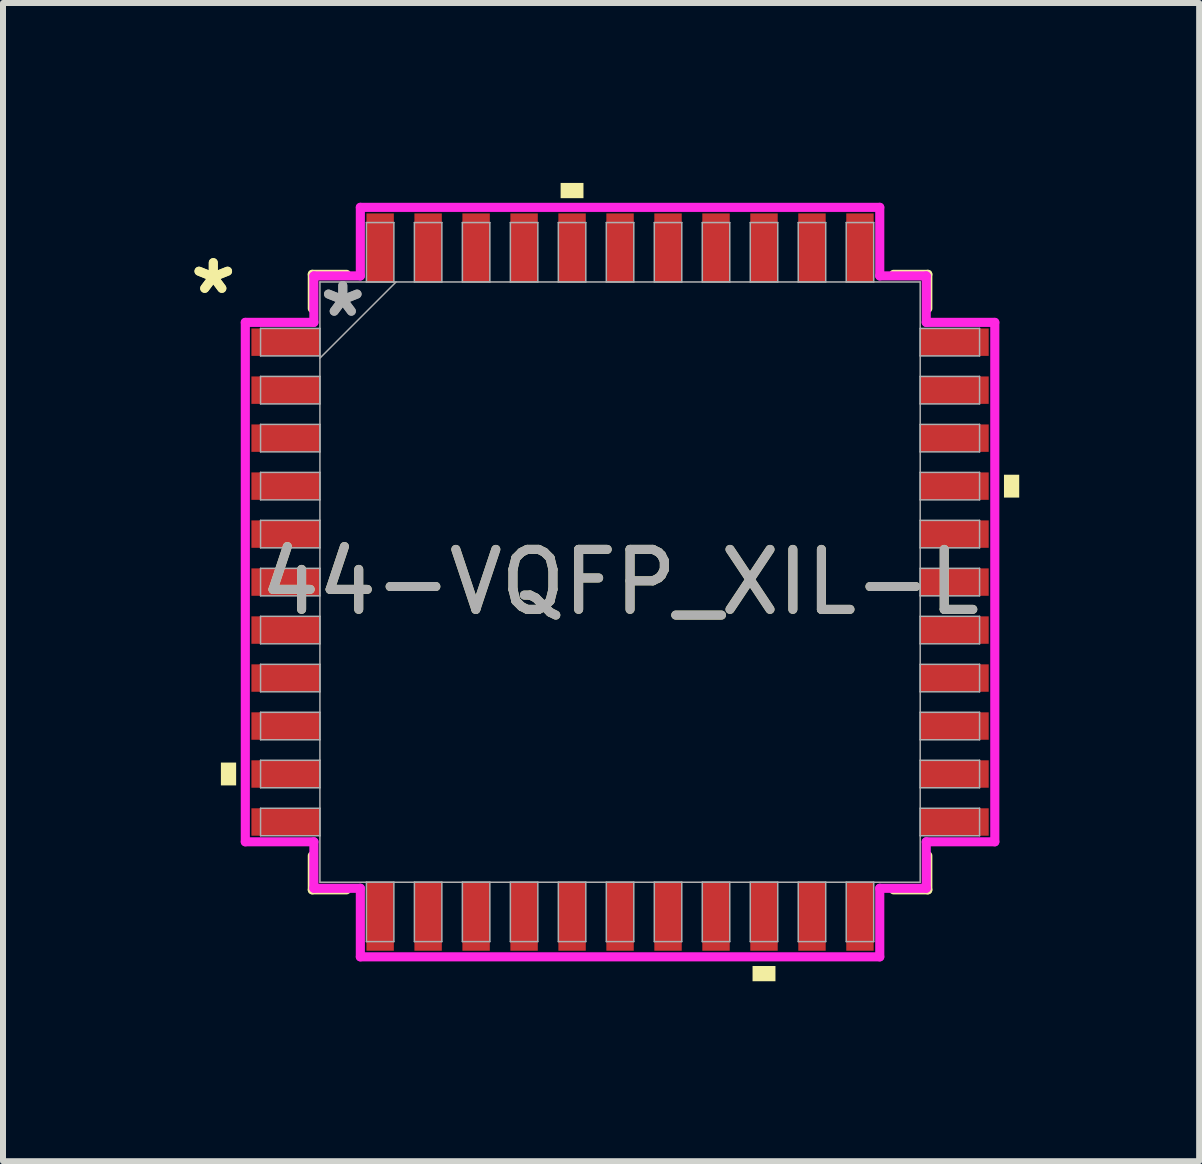
<source format=kicad_pcb>
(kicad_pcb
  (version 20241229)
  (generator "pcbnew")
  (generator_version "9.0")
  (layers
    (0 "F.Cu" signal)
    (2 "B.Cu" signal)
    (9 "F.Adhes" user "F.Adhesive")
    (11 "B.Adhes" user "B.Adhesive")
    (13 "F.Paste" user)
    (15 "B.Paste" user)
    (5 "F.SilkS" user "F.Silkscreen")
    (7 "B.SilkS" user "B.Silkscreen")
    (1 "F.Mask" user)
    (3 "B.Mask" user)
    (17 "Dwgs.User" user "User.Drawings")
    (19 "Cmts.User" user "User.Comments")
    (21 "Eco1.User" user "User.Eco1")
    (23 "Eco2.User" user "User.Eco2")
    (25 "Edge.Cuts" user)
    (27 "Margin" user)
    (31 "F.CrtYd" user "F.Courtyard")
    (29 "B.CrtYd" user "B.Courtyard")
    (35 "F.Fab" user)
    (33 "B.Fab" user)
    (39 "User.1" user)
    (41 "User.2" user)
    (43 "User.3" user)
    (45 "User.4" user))
  (footprint "44-VQFP_XIL-L"
    (layer "F.Cu")
    (at 7.288 6.655)
    (property "Reference" "44-VQFP_XIL-L" (at 0 0 0) (unlocked yes) (layer "F.SilkS") (effects (font (size 1 1) (thickness 0.15))))
    (attr smd)
    (fp_line (start -5.131 -5.131) (end -5.131 -4.561) (stroke (width 0.152) (type solid)) (layer "F.SilkS"))
    (fp_line (start -5.131 4.561) (end -5.131 5.131) (stroke (width 0.152) (type solid)) (layer "F.SilkS"))
    (fp_line (start -5.131 5.131) (end -4.561 5.131) (stroke (width 0.152) (type solid)) (layer "F.SilkS"))
    (fp_line (start -4.561 -5.131) (end -5.131 -5.131) (stroke (width 0.152) (type solid)) (layer "F.SilkS"))
    (fp_line (start 4.561 5.131) (end 5.131 5.131) (stroke (width 0.152) (type solid)) (layer "F.SilkS"))
    (fp_line (start 5.131 -5.131) (end 4.561 -5.131) (stroke (width 0.152) (type solid)) (layer "F.SilkS"))
    (fp_line (start 5.131 -4.561) (end 5.131 -5.131) (stroke (width 0.152) (type solid)) (layer "F.SilkS"))
    (fp_line (start 5.131 5.131) (end 5.131 4.561) (stroke (width 0.152) (type solid)) (layer "F.SilkS"))
    (fp_poly (pts (xy -6.655 3.009) (xy -6.655 3.39) (xy -6.401 3.39) (xy -6.401 3.009)) (stroke (width 0) (type solid)) (fill yes) (layer "F.SilkS"))
    (fp_poly (pts (xy -0.991 -6.401) (xy -0.991 -6.655) (xy -0.61 -6.655) (xy -0.61 -6.401)) (stroke (width 0) (type solid)) (fill yes) (layer "F.SilkS"))
    (fp_poly (pts (xy 2.209 6.401) (xy 2.209 6.655) (xy 2.591 6.655) (xy 2.591 6.401)) (stroke (width 0) (type solid)) (fill yes) (layer "F.SilkS"))
    (fp_poly (pts (xy 6.655 -1.79) (xy 6.655 -1.409) (xy 6.401 -1.409) (xy 6.401 -1.79)) (stroke (width 0) (type solid)) (fill yes) (layer "F.SilkS"))
    (fp_line (start -6.248 -4.33) (end -5.105 -4.33) (stroke (width 0.152) (type solid)) (layer "F.CrtYd"))
    (fp_line (start -6.248 4.33) (end -6.248 -4.33) (stroke (width 0.152) (type solid)) (layer "F.CrtYd"))
    (fp_line (start -5.105 -5.105) (end -4.33 -5.105) (stroke (width 0.152) (type solid)) (layer "F.CrtYd"))
    (fp_line (start -5.105 -4.33) (end -5.105 -5.105) (stroke (width 0.152) (type solid)) (layer "F.CrtYd"))
    (fp_line (start -5.105 4.33) (end -6.248 4.33) (stroke (width 0.152) (type solid)) (layer "F.CrtYd"))
    (fp_line (start -5.105 5.105) (end -5.105 4.33) (stroke (width 0.152) (type solid)) (layer "F.CrtYd"))
    (fp_line (start -5.105 5.105) (end -4.33 5.105) (stroke (width 0.152) (type solid)) (layer "F.CrtYd"))
    (fp_line (start -4.33 -6.248) (end 4.33 -6.248) (stroke (width 0.152) (type solid)) (layer "F.CrtYd"))
    (fp_line (start -4.33 -5.105) (end -4.33 -6.248) (stroke (width 0.152) (type solid)) (layer "F.CrtYd"))
    (fp_line (start -4.33 5.105) (end -4.33 6.248) (stroke (width 0.152) (type solid)) (layer "F.CrtYd"))
    (fp_line (start -4.33 6.248) (end 4.33 6.248) (stroke (width 0.152) (type solid)) (layer "F.CrtYd"))
    (fp_line (start 4.33 -6.248) (end 4.33 -5.105) (stroke (width 0.152) (type solid)) (layer "F.CrtYd"))
    (fp_line (start 4.33 -5.105) (end 5.105 -5.105) (stroke (width 0.152) (type solid)) (layer "F.CrtYd"))
    (fp_line (start 4.33 5.105) (end 5.105 5.105) (stroke (width 0.152) (type solid)) (layer "F.CrtYd"))
    (fp_line (start 4.33 6.248) (end 4.33 5.105) (stroke (width 0.152) (type solid)) (layer "F.CrtYd"))
    (fp_line (start 5.105 -4.33) (end 5.105 -5.105) (stroke (width 0.152) (type solid)) (layer "F.CrtYd"))
    (fp_line (start 5.105 4.33) (end 6.248 4.33) (stroke (width 0.152) (type solid)) (layer "F.CrtYd"))
    (fp_line (start 5.105 5.105) (end 5.105 4.33) (stroke (width 0.152) (type solid)) (layer "F.CrtYd"))
    (fp_line (start 6.248 -4.33) (end 5.105 -4.33) (stroke (width 0.152) (type solid)) (layer "F.CrtYd"))
    (fp_line (start 6.248 4.33) (end 6.248 -4.33) (stroke (width 0.152) (type solid)) (layer "F.CrtYd"))
    (fp_line (start -5.994 -4.229) (end -5.994 -3.771) (stroke (width 0.025) (type solid)) (layer "F.Fab"))
    (fp_line (start -5.994 -3.771) (end -5.004 -3.771) (stroke (width 0.025) (type solid)) (layer "F.Fab"))
    (fp_line (start -5.994 -3.429) (end -5.994 -2.971) (stroke (width 0.025) (type solid)) (layer "F.Fab"))
    (fp_line (start -5.994 -2.971) (end -5.004 -2.971) (stroke (width 0.025) (type solid)) (layer "F.Fab"))
    (fp_line (start -5.994 -2.629) (end -5.994 -2.171) (stroke (width 0.025) (type solid)) (layer "F.Fab"))
    (fp_line (start -5.994 -2.171) (end -5.004 -2.171) (stroke (width 0.025) (type solid)) (layer "F.Fab"))
    (fp_line (start -5.994 -1.829) (end -5.994 -1.371) (stroke (width 0.025) (type solid)) (layer "F.Fab"))
    (fp_line (start -5.994 -1.371) (end -5.004 -1.371) (stroke (width 0.025) (type solid)) (layer "F.Fab"))
    (fp_line (start -5.994 -1.029) (end -5.994 -0.571) (stroke (width 0.025) (type solid)) (layer "F.Fab"))
    (fp_line (start -5.994 -0.571) (end -5.004 -0.571) (stroke (width 0.025) (type solid)) (layer "F.Fab"))
    (fp_line (start -5.994 -0.229) (end -5.994 0.229) (stroke (width 0.025) (type solid)) (layer "F.Fab"))
    (fp_line (start -5.994 0.229) (end -5.004 0.229) (stroke (width 0.025) (type solid)) (layer "F.Fab"))
    (fp_line (start -5.994 0.571) (end -5.994 1.029) (stroke (width 0.025) (type solid)) (layer "F.Fab"))
    (fp_line (start -5.994 1.029) (end -5.004 1.029) (stroke (width 0.025) (type solid)) (layer "F.Fab"))
    (fp_line (start -5.994 1.371) (end -5.994 1.829) (stroke (width 0.025) (type solid)) (layer "F.Fab"))
    (fp_line (start -5.994 1.829) (end -5.004 1.829) (stroke (width 0.025) (type solid)) (layer "F.Fab"))
    (fp_line (start -5.994 2.171) (end -5.994 2.629) (stroke (width 0.025) (type solid)) (layer "F.Fab"))
    (fp_line (start -5.994 2.629) (end -5.004 2.629) (stroke (width 0.025) (type solid)) (layer "F.Fab"))
    (fp_line (start -5.994 2.971) (end -5.994 3.429) (stroke (width 0.025) (type solid)) (layer "F.Fab"))
    (fp_line (start -5.994 3.429) (end -5.004 3.429) (stroke (width 0.025) (type solid)) (layer "F.Fab"))
    (fp_line (start -5.994 3.771) (end -5.994 4.229) (stroke (width 0.025) (type solid)) (layer "F.Fab"))
    (fp_line (start -5.994 4.229) (end -5.004 4.229) (stroke (width 0.025) (type solid)) (layer "F.Fab"))
    (fp_line (start -5.004 -5.004) (end -5.004 5.004) (stroke (width 0.025) (type solid)) (layer "F.Fab"))
    (fp_line (start -5.004 -4.229) (end -5.994 -4.229) (stroke (width 0.025) (type solid)) (layer "F.Fab"))
    (fp_line (start -5.004 -3.771) (end -5.004 -4.229) (stroke (width 0.025) (type solid)) (layer "F.Fab"))
    (fp_line (start -5.004 -3.734) (end -3.734 -5.004) (stroke (width 0.025) (type solid)) (layer "F.Fab"))
    (fp_line (start -5.004 -3.429) (end -5.994 -3.429) (stroke (width 0.025) (type solid)) (layer "F.Fab"))
    (fp_line (start -5.004 -2.971) (end -5.004 -3.429) (stroke (width 0.025) (type solid)) (layer "F.Fab"))
    (fp_line (start -5.004 -2.629) (end -5.994 -2.629) (stroke (width 0.025) (type solid)) (layer "F.Fab"))
    (fp_line (start -5.004 -2.171) (end -5.004 -2.629) (stroke (width 0.025) (type solid)) (layer "F.Fab"))
    (fp_line (start -5.004 -1.829) (end -5.994 -1.829) (stroke (width 0.025) (type solid)) (layer "F.Fab"))
    (fp_line (start -5.004 -1.371) (end -5.004 -1.829) (stroke (width 0.025) (type solid)) (layer "F.Fab"))
    (fp_line (start -5.004 -1.029) (end -5.994 -1.029) (stroke (width 0.025) (type solid)) (layer "F.Fab"))
    (fp_line (start -5.004 -0.571) (end -5.004 -1.029) (stroke (width 0.025) (type solid)) (layer "F.Fab"))
    (fp_line (start -5.004 -0.229) (end -5.994 -0.229) (stroke (width 0.025) (type solid)) (layer "F.Fab"))
    (fp_line (start -5.004 0.229) (end -5.004 -0.229) (stroke (width 0.025) (type solid)) (layer "F.Fab"))
    (fp_line (start -5.004 0.571) (end -5.994 0.571) (stroke (width 0.025) (type solid)) (layer "F.Fab"))
    (fp_line (start -5.004 1.029) (end -5.004 0.571) (stroke (width 0.025) (type solid)) (layer "F.Fab"))
    (fp_line (start -5.004 1.371) (end -5.994 1.371) (stroke (width 0.025) (type solid)) (layer "F.Fab"))
    (fp_line (start -5.004 1.829) (end -5.004 1.371) (stroke (width 0.025) (type solid)) (layer "F.Fab"))
    (fp_line (start -5.004 2.171) (end -5.994 2.171) (stroke (width 0.025) (type solid)) (layer "F.Fab"))
    (fp_line (start -5.004 2.629) (end -5.004 2.171) (stroke (width 0.025) (type solid)) (layer "F.Fab"))
    (fp_line (start -5.004 2.971) (end -5.994 2.971) (stroke (width 0.025) (type solid)) (layer "F.Fab"))
    (fp_line (start -5.004 3.429) (end -5.004 2.971) (stroke (width 0.025) (type solid)) (layer "F.Fab"))
    (fp_line (start -5.004 3.771) (end -5.994 3.771) (stroke (width 0.025) (type solid)) (layer "F.Fab"))
    (fp_line (start -5.004 4.229) (end -5.004 3.771) (stroke (width 0.025) (type solid)) (layer "F.Fab"))
    (fp_line (start -5.004 5.004) (end 5.004 5.004) (stroke (width 0.025) (type solid)) (layer "F.Fab"))
    (fp_line (start -4.229 5.004) (end -4.229 5.994) (stroke (width 0.025) (type solid)) (layer "F.Fab"))
    (fp_line (start -4.229 5.994) (end -3.771 5.994) (stroke (width 0.025) (type solid)) (layer "F.Fab"))
    (fp_line (start -4.229 -5.994) (end -4.229 -5.004) (stroke (width 0.025) (type solid)) (layer "F.Fab"))
    (fp_line (start -4.229 -5.004) (end -3.771 -5.004) (stroke (width 0.025) (type solid)) (layer "F.Fab"))
    (fp_line (start -3.771 5.004) (end -4.229 5.004) (stroke (width 0.025) (type solid)) (layer "F.Fab"))
    (fp_line (start -3.771 5.994) (end -3.771 5.004) (stroke (width 0.025) (type solid)) (layer "F.Fab"))
    (fp_line (start -3.771 -5.994) (end -4.229 -5.994) (stroke (width 0.025) (type solid)) (layer "F.Fab"))
    (fp_line (start -3.771 -5.004) (end -3.771 -5.994) (stroke (width 0.025) (type solid)) (layer "F.Fab"))
    (fp_line (start -3.429 -5.994) (end -3.429 -5.004) (stroke (width 0.025) (type solid)) (layer "F.Fab"))
    (fp_line (start -3.429 -5.004) (end -2.971 -5.004) (stroke (width 0.025) (type solid)) (layer "F.Fab"))
    (fp_line (start -3.429 5.004) (end -3.429 5.994) (stroke (width 0.025) (type solid)) (layer "F.Fab"))
    (fp_line (start -3.429 5.994) (end -2.971 5.994) (stroke (width 0.025) (type solid)) (layer "F.Fab"))
    (fp_line (start -2.971 -5.994) (end -3.429 -5.994) (stroke (width 0.025) (type solid)) (layer "F.Fab"))
    (fp_line (start -2.971 -5.004) (end -2.971 -5.994) (stroke (width 0.025) (type solid)) (layer "F.Fab"))
    (fp_line (start -2.971 5.004) (end -3.429 5.004) (stroke (width 0.025) (type solid)) (layer "F.Fab"))
    (fp_line (start -2.971 5.994) (end -2.971 5.004) (stroke (width 0.025) (type solid)) (layer "F.Fab"))
    (fp_line (start -2.629 -5.994) (end -2.629 -5.004) (stroke (width 0.025) (type solid)) (layer "F.Fab"))
    (fp_line (start -2.629 -5.004) (end -2.171 -5.004) (stroke (width 0.025) (type solid)) (layer "F.Fab"))
    (fp_line (start -2.629 5.004) (end -2.629 5.994) (stroke (width 0.025) (type solid)) (layer "F.Fab"))
    (fp_line (start -2.629 5.994) (end -2.171 5.994) (stroke (width 0.025) (type solid)) (layer "F.Fab"))
    (fp_line (start -2.171 -5.994) (end -2.629 -5.994) (stroke (width 0.025) (type solid)) (layer "F.Fab"))
    (fp_line (start -2.171 -5.004) (end -2.171 -5.994) (stroke (width 0.025) (type solid)) (layer "F.Fab"))
    (fp_line (start -2.171 5.004) (end -2.629 5.004) (stroke (width 0.025) (type solid)) (layer "F.Fab"))
    (fp_line (start -2.171 5.994) (end -2.171 5.004) (stroke (width 0.025) (type solid)) (layer "F.Fab"))
    (fp_line (start -1.829 -5.994) (end -1.829 -5.004) (stroke (width 0.025) (type solid)) (layer "F.Fab"))
    (fp_line (start -1.829 -5.004) (end -1.371 -5.004) (stroke (width 0.025) (type solid)) (layer "F.Fab"))
    (fp_line (start -1.829 5.004) (end -1.829 5.994) (stroke (width 0.025) (type solid)) (layer "F.Fab"))
    (fp_line (start -1.829 5.994) (end -1.371 5.994) (stroke (width 0.025) (type solid)) (layer "F.Fab"))
    (fp_line (start -1.371 -5.994) (end -1.829 -5.994) (stroke (width 0.025) (type solid)) (layer "F.Fab"))
    (fp_line (start -1.371 -5.004) (end -1.371 -5.994) (stroke (width 0.025) (type solid)) (layer "F.Fab"))
    (fp_line (start -1.371 5.004) (end -1.829 5.004) (stroke (width 0.025) (type solid)) (layer "F.Fab"))
    (fp_line (start -1.371 5.994) (end -1.371 5.004) (stroke (width 0.025) (type solid)) (layer "F.Fab"))
    (fp_line (start -1.029 -5.994) (end -1.029 -5.004) (stroke (width 0.025) (type solid)) (layer "F.Fab"))
    (fp_line (start -1.029 -5.004) (end -0.571 -5.004) (stroke (width 0.025) (type solid)) (layer "F.Fab"))
    (fp_line (start -1.029 5.004) (end -1.029 5.994) (stroke (width 0.025) (type solid)) (layer "F.Fab"))
    (fp_line (start -1.029 5.994) (end -0.571 5.994) (stroke (width 0.025) (type solid)) (layer "F.Fab"))
    (fp_line (start -0.571 -5.994) (end -1.029 -5.994) (stroke (width 0.025) (type solid)) (layer "F.Fab"))
    (fp_line (start -0.571 -5.004) (end -0.571 -5.994) (stroke (width 0.025) (type solid)) (layer "F.Fab"))
    (fp_line (start -0.571 5.004) (end -1.029 5.004) (stroke (width 0.025) (type solid)) (layer "F.Fab"))
    (fp_line (start -0.571 5.994) (end -0.571 5.004) (stroke (width 0.025) (type solid)) (layer "F.Fab"))
    (fp_line (start -0.229 -5.994) (end -0.229 -5.004) (stroke (width 0.025) (type solid)) (layer "F.Fab"))
    (fp_line (start -0.229 -5.004) (end 0.229 -5.004) (stroke (width 0.025) (type solid)) (layer "F.Fab"))
    (fp_line (start -0.229 5.004) (end -0.229 5.994) (stroke (width 0.025) (type solid)) (layer "F.Fab"))
    (fp_line (start -0.229 5.994) (end 0.229 5.994) (stroke (width 0.025) (type solid)) (layer "F.Fab"))
    (fp_line (start 0.229 -5.994) (end -0.229 -5.994) (stroke (width 0.025) (type solid)) (layer "F.Fab"))
    (fp_line (start 0.229 -5.004) (end 0.229 -5.994) (stroke (width 0.025) (type solid)) (layer "F.Fab"))
    (fp_line (start 0.229 5.004) (end -0.229 5.004) (stroke (width 0.025) (type solid)) (layer "F.Fab"))
    (fp_line (start 0.229 5.994) (end 0.229 5.004) (stroke (width 0.025) (type solid)) (layer "F.Fab"))
    (fp_line (start 0.571 -5.994) (end 0.571 -5.004) (stroke (width 0.025) (type solid)) (layer "F.Fab"))
    (fp_line (start 0.571 -5.004) (end 1.029 -5.004) (stroke (width 0.025) (type solid)) (layer "F.Fab"))
    (fp_line (start 0.571 5.004) (end 0.571 5.994) (stroke (width 0.025) (type solid)) (layer "F.Fab"))
    (fp_line (start 0.571 5.994) (end 1.029 5.994) (stroke (width 0.025) (type solid)) (layer "F.Fab"))
    (fp_line (start 1.029 -5.994) (end 0.571 -5.994) (stroke (width 0.025) (type solid)) (layer "F.Fab"))
    (fp_line (start 1.029 -5.004) (end 1.029 -5.994) (stroke (width 0.025) (type solid)) (layer "F.Fab"))
    (fp_line (start 1.029 5.004) (end 0.571 5.004) (stroke (width 0.025) (type solid)) (layer "F.Fab"))
    (fp_line (start 1.029 5.994) (end 1.029 5.004) (stroke (width 0.025) (type solid)) (layer "F.Fab"))
    (fp_line (start 1.371 -5.994) (end 1.371 -5.004) (stroke (width 0.025) (type solid)) (layer "F.Fab"))
    (fp_line (start 1.371 -5.004) (end 1.829 -5.004) (stroke (width 0.025) (type solid)) (layer "F.Fab"))
    (fp_line (start 1.371 5.004) (end 1.371 5.994) (stroke (width 0.025) (type solid)) (layer "F.Fab"))
    (fp_line (start 1.371 5.994) (end 1.829 5.994) (stroke (width 0.025) (type solid)) (layer "F.Fab"))
    (fp_line (start 1.829 -5.994) (end 1.371 -5.994) (stroke (width 0.025) (type solid)) (layer "F.Fab"))
    (fp_line (start 1.829 -5.004) (end 1.829 -5.994) (stroke (width 0.025) (type solid)) (layer "F.Fab"))
    (fp_line (start 1.829 5.004) (end 1.371 5.004) (stroke (width 0.025) (type solid)) (layer "F.Fab"))
    (fp_line (start 1.829 5.994) (end 1.829 5.004) (stroke (width 0.025) (type solid)) (layer "F.Fab"))
    (fp_line (start 2.171 -5.994) (end 2.171 -5.004) (stroke (width 0.025) (type solid)) (layer "F.Fab"))
    (fp_line (start 2.171 -5.004) (end 2.629 -5.004) (stroke (width 0.025) (type solid)) (layer "F.Fab"))
    (fp_line (start 2.171 5.004) (end 2.171 5.994) (stroke (width 0.025) (type solid)) (layer "F.Fab"))
    (fp_line (start 2.171 5.994) (end 2.629 5.994) (stroke (width 0.025) (type solid)) (layer "F.Fab"))
    (fp_line (start 2.629 -5.994) (end 2.171 -5.994) (stroke (width 0.025) (type solid)) (layer "F.Fab"))
    (fp_line (start 2.629 -5.004) (end 2.629 -5.994) (stroke (width 0.025) (type solid)) (layer "F.Fab"))
    (fp_line (start 2.629 5.004) (end 2.171 5.004) (stroke (width 0.025) (type solid)) (layer "F.Fab"))
    (fp_line (start 2.629 5.994) (end 2.629 5.004) (stroke (width 0.025) (type solid)) (layer "F.Fab"))
    (fp_line (start 2.971 -5.994) (end 2.971 -5.004) (stroke (width 0.025) (type solid)) (layer "F.Fab"))
    (fp_line (start 2.971 -5.004) (end 3.429 -5.004) (stroke (width 0.025) (type solid)) (layer "F.Fab"))
    (fp_line (start 2.971 5.004) (end 2.971 5.994) (stroke (width 0.025) (type solid)) (layer "F.Fab"))
    (fp_line (start 2.971 5.994) (end 3.429 5.994) (stroke (width 0.025) (type solid)) (layer "F.Fab"))
    (fp_line (start 3.429 -5.994) (end 2.971 -5.994) (stroke (width 0.025) (type solid)) (layer "F.Fab"))
    (fp_line (start 3.429 -5.004) (end 3.429 -5.994) (stroke (width 0.025) (type solid)) (layer "F.Fab"))
    (fp_line (start 3.429 5.004) (end 2.971 5.004) (stroke (width 0.025) (type solid)) (layer "F.Fab"))
    (fp_line (start 3.429 5.994) (end 3.429 5.004) (stroke (width 0.025) (type solid)) (layer "F.Fab"))
    (fp_line (start 3.771 5.004) (end 3.771 5.994) (stroke (width 0.025) (type solid)) (layer "F.Fab"))
    (fp_line (start 3.771 5.994) (end 4.229 5.994) (stroke (width 0.025) (type solid)) (layer "F.Fab"))
    (fp_line (start 3.771 -5.994) (end 3.771 -5.004) (stroke (width 0.025) (type solid)) (layer "F.Fab"))
    (fp_line (start 3.771 -5.004) (end 4.229 -5.004) (stroke (width 0.025) (type solid)) (layer "F.Fab"))
    (fp_line (start 4.229 5.004) (end 3.771 5.004) (stroke (width 0.025) (type solid)) (layer "F.Fab"))
    (fp_line (start 4.229 5.994) (end 4.229 5.004) (stroke (width 0.025) (type solid)) (layer "F.Fab"))
    (fp_line (start 4.229 -5.994) (end 3.771 -5.994) (stroke (width 0.025) (type solid)) (layer "F.Fab"))
    (fp_line (start 4.229 -5.004) (end 4.229 -5.994) (stroke (width 0.025) (type solid)) (layer "F.Fab"))
    (fp_line (start 5.004 -5.004) (end -5.004 -5.004) (stroke (width 0.025) (type solid)) (layer "F.Fab"))
    (fp_line (start 5.004 -4.229) (end 5.004 -3.771) (stroke (width 0.025) (type solid)) (layer "F.Fab"))
    (fp_line (start 5.004 -3.771) (end 5.994 -3.771) (stroke (width 0.025) (type solid)) (layer "F.Fab"))
    (fp_line (start 5.004 -3.429) (end 5.004 -2.971) (stroke (width 0.025) (type solid)) (layer "F.Fab"))
    (fp_line (start 5.004 -2.971) (end 5.994 -2.971) (stroke (width 0.025) (type solid)) (layer "F.Fab"))
    (fp_line (start 5.004 -2.629) (end 5.004 -2.171) (stroke (width 0.025) (type solid)) (layer "F.Fab"))
    (fp_line (start 5.004 -2.171) (end 5.994 -2.171) (stroke (width 0.025) (type solid)) (layer "F.Fab"))
    (fp_line (start 5.004 -1.829) (end 5.004 -1.371) (stroke (width 0.025) (type solid)) (layer "F.Fab"))
    (fp_line (start 5.004 -1.371) (end 5.994 -1.371) (stroke (width 0.025) (type solid)) (layer "F.Fab"))
    (fp_line (start 5.004 -1.029) (end 5.004 -0.571) (stroke (width 0.025) (type solid)) (layer "F.Fab"))
    (fp_line (start 5.004 -0.571) (end 5.994 -0.571) (stroke (width 0.025) (type solid)) (layer "F.Fab"))
    (fp_line (start 5.004 -0.229) (end 5.004 0.229) (stroke (width 0.025) (type solid)) (layer "F.Fab"))
    (fp_line (start 5.004 0.229) (end 5.994 0.229) (stroke (width 0.025) (type solid)) (layer "F.Fab"))
    (fp_line (start 5.004 0.571) (end 5.004 1.029) (stroke (width 0.025) (type solid)) (layer "F.Fab"))
    (fp_line (start 5.004 1.029) (end 5.994 1.029) (stroke (width 0.025) (type solid)) (layer "F.Fab"))
    (fp_line (start 5.004 1.371) (end 5.004 1.829) (stroke (width 0.025) (type solid)) (layer "F.Fab"))
    (fp_line (start 5.004 1.829) (end 5.994 1.829) (stroke (width 0.025) (type solid)) (layer "F.Fab"))
    (fp_line (start 5.004 2.171) (end 5.004 2.629) (stroke (width 0.025) (type solid)) (layer "F.Fab"))
    (fp_line (start 5.004 2.629) (end 5.994 2.629) (stroke (width 0.025) (type solid)) (layer "F.Fab"))
    (fp_line (start 5.004 2.971) (end 5.004 3.429) (stroke (width 0.025) (type solid)) (layer "F.Fab"))
    (fp_line (start 5.004 3.429) (end 5.994 3.429) (stroke (width 0.025) (type solid)) (layer "F.Fab"))
    (fp_line (start 5.004 3.771) (end 5.004 4.229) (stroke (width 0.025) (type solid)) (layer "F.Fab"))
    (fp_line (start 5.004 4.229) (end 5.994 4.229) (stroke (width 0.025) (type solid)) (layer "F.Fab"))
    (fp_line (start 5.004 5.004) (end 5.004 -5.004) (stroke (width 0.025) (type solid)) (layer "F.Fab"))
    (fp_line (start 5.994 -4.229) (end 5.004 -4.229) (stroke (width 0.025) (type solid)) (layer "F.Fab"))
    (fp_line (start 5.994 -3.771) (end 5.994 -4.229) (stroke (width 0.025) (type solid)) (layer "F.Fab"))
    (fp_line (start 5.994 -3.429) (end 5.004 -3.429) (stroke (width 0.025) (type solid)) (layer "F.Fab"))
    (fp_line (start 5.994 -2.971) (end 5.994 -3.429) (stroke (width 0.025) (type solid)) (layer "F.Fab"))
    (fp_line (start 5.994 -2.629) (end 5.004 -2.629) (stroke (width 0.025) (type solid)) (layer "F.Fab"))
    (fp_line (start 5.994 -2.171) (end 5.994 -2.629) (stroke (width 0.025) (type solid)) (layer "F.Fab"))
    (fp_line (start 5.994 -1.829) (end 5.004 -1.829) (stroke (width 0.025) (type solid)) (layer "F.Fab"))
    (fp_line (start 5.994 -1.371) (end 5.994 -1.829) (stroke (width 0.025) (type solid)) (layer "F.Fab"))
    (fp_line (start 5.994 -1.029) (end 5.004 -1.029) (stroke (width 0.025) (type solid)) (layer "F.Fab"))
    (fp_line (start 5.994 -0.571) (end 5.994 -1.029) (stroke (width 0.025) (type solid)) (layer "F.Fab"))
    (fp_line (start 5.994 -0.229) (end 5.004 -0.229) (stroke (width 0.025) (type solid)) (layer "F.Fab"))
    (fp_line (start 5.994 0.229) (end 5.994 -0.229) (stroke (width 0.025) (type solid)) (layer "F.Fab"))
    (fp_line (start 5.994 0.571) (end 5.004 0.571) (stroke (width 0.025) (type solid)) (layer "F.Fab"))
    (fp_line (start 5.994 1.029) (end 5.994 0.571) (stroke (width 0.025) (type solid)) (layer "F.Fab"))
    (fp_line (start 5.994 1.371) (end 5.004 1.371) (stroke (width 0.025) (type solid)) (layer "F.Fab"))
    (fp_line (start 5.994 1.829) (end 5.994 1.371) (stroke (width 0.025) (type solid)) (layer "F.Fab"))
    (fp_line (start 5.994 2.171) (end 5.004 2.171) (stroke (width 0.025) (type solid)) (layer "F.Fab"))
    (fp_line (start 5.994 2.629) (end 5.994 2.171) (stroke (width 0.025) (type solid)) (layer "F.Fab"))
    (fp_line (start 5.994 2.971) (end 5.004 2.971) (stroke (width 0.025) (type solid)) (layer "F.Fab"))
    (fp_line (start 5.994 3.429) (end 5.994 2.971) (stroke (width 0.025) (type solid)) (layer "F.Fab"))
    (fp_line (start 5.994 3.771) (end 5.004 3.771) (stroke (width 0.025) (type solid)) (layer "F.Fab"))
    (fp_line (start 5.994 4.229) (end 5.994 3.771) (stroke (width 0.025) (type solid)) (layer "F.Fab"))
    (fp_text user "*" (at -6.782 -4.781 0) (layer "F.SilkS") (effects (font (size 1 1) (thickness 0.15))))
    (fp_text user "*" (at -6.782 -4.781 0) (unlocked yes) (layer "F.SilkS") (effects (font (size 1 1) (thickness 0.15))))
    (fp_text user "*" (at -4.623 -4.4 0) (unlocked yes) (layer "F.Fab") (effects (font (size 1 1) (thickness 0.15))))
    (fp_text user "${REFERENCE}" (at 0 0 0) (unlocked yes) (layer "F.Fab") (effects (font (size 1 1) (thickness 0.15))))
    (fp_text user "*" (at -4.623 -4.4 0) (layer "F.Fab") (effects (font (size 1 1) (thickness 0.15))))
    (pad "1" smd rect (at -5.575 -4 90) (size 0.457 1.143) (layers "F.Cu" "F.Mask" "F.Paste"))
    (pad "2" smd rect (at -5.575 -3.2 90) (size 0.457 1.143) (layers "F.Cu" "F.Mask" "F.Paste"))
    (pad "3" smd rect (at -5.575 -2.4 90) (size 0.457 1.143) (layers "F.Cu" "F.Mask" "F.Paste"))
    (pad "4" smd rect (at -5.575 -1.6 90) (size 0.457 1.143) (layers "F.Cu" "F.Mask" "F.Paste"))
    (pad "5" smd rect (at -5.575 -0.8 90) (size 0.457 1.143) (layers "F.Cu" "F.Mask" "F.Paste"))
    (pad "6" smd rect (at -5.575 0 90) (size 0.457 1.143) (layers "F.Cu" "F.Mask" "F.Paste"))
    (pad "7" smd rect (at -5.575 0.8 90) (size 0.457 1.143) (layers "F.Cu" "F.Mask" "F.Paste"))
    (pad "8" smd rect (at -5.575 1.6 90) (size 0.457 1.143) (layers "F.Cu" "F.Mask" "F.Paste"))
    (pad "9" smd rect (at -5.575 2.4 90) (size 0.457 1.143) (layers "F.Cu" "F.Mask" "F.Paste"))
    (pad "10" smd rect (at -5.575 3.2 90) (size 0.457 1.143) (layers "F.Cu" "F.Mask" "F.Paste"))
    (pad "11" smd rect (at -5.575 4 90) (size 0.457 1.143) (layers "F.Cu" "F.Mask" "F.Paste"))
    (pad "12" smd rect (at -4 5.575) (size 0.457 1.143) (layers "F.Cu" "F.Mask" "F.Paste"))
    (pad "13" smd rect (at -3.2 5.575) (size 0.457 1.143) (layers "F.Cu" "F.Mask" "F.Paste"))
    (pad "14" smd rect (at -2.4 5.575) (size 0.457 1.143) (layers "F.Cu" "F.Mask" "F.Paste"))
    (pad "15" smd rect (at -1.6 5.575) (size 0.457 1.143) (layers "F.Cu" "F.Mask" "F.Paste"))
    (pad "16" smd rect (at -0.8 5.575) (size 0.457 1.143) (layers "F.Cu" "F.Mask" "F.Paste"))
    (pad "17" smd rect (at 0 5.575) (size 0.457 1.143) (layers "F.Cu" "F.Mask" "F.Paste"))
    (pad "18" smd rect (at 0.8 5.575) (size 0.457 1.143) (layers "F.Cu" "F.Mask" "F.Paste"))
    (pad "19" smd rect (at 1.6 5.575) (size 0.457 1.143) (layers "F.Cu" "F.Mask" "F.Paste"))
    (pad "20" smd rect (at 2.4 5.575) (size 0.457 1.143) (layers "F.Cu" "F.Mask" "F.Paste"))
    (pad "21" smd rect (at 3.2 5.575) (size 0.457 1.143) (layers "F.Cu" "F.Mask" "F.Paste"))
    (pad "22" smd rect (at 4 5.575) (size 0.457 1.143) (layers "F.Cu" "F.Mask" "F.Paste"))
    (pad "23" smd rect (at 5.575 4 90) (size 0.457 1.143) (layers "F.Cu" "F.Mask" "F.Paste"))
    (pad "24" smd rect (at 5.575 3.2 90) (size 0.457 1.143) (layers "F.Cu" "F.Mask" "F.Paste"))
    (pad "25" smd rect (at 5.575 2.4 90) (size 0.457 1.143) (layers "F.Cu" "F.Mask" "F.Paste"))
    (pad "26" smd rect (at 5.575 1.6 90) (size 0.457 1.143) (layers "F.Cu" "F.Mask" "F.Paste"))
    (pad "27" smd rect (at 5.575 0.8 90) (size 0.457 1.143) (layers "F.Cu" "F.Mask" "F.Paste"))
    (pad "28" smd rect (at 5.575 0 90) (size 0.457 1.143) (layers "F.Cu" "F.Mask" "F.Paste"))
    (pad "29" smd rect (at 5.575 -0.8 90) (size 0.457 1.143) (layers "F.Cu" "F.Mask" "F.Paste"))
    (pad "30" smd rect (at 5.575 -1.6 90) (size 0.457 1.143) (layers "F.Cu" "F.Mask" "F.Paste"))
    (pad "31" smd rect (at 5.575 -2.4 90) (size 0.457 1.143) (layers "F.Cu" "F.Mask" "F.Paste"))
    (pad "32" smd rect (at 5.575 -3.2 90) (size 0.457 1.143) (layers "F.Cu" "F.Mask" "F.Paste"))
    (pad "33" smd rect (at 5.575 -4 90) (size 0.457 1.143) (layers "F.Cu" "F.Mask" "F.Paste"))
    (pad "34" smd rect (at 4 -5.575) (size 0.457 1.143) (layers "F.Cu" "F.Mask" "F.Paste"))
    (pad "35" smd rect (at 3.2 -5.575) (size 0.457 1.143) (layers "F.Cu" "F.Mask" "F.Paste"))
    (pad "36" smd rect (at 2.4 -5.575) (size 0.457 1.143) (layers "F.Cu" "F.Mask" "F.Paste"))
    (pad "37" smd rect (at 1.6 -5.575) (size 0.457 1.143) (layers "F.Cu" "F.Mask" "F.Paste"))
    (pad "38" smd rect (at 0.8 -5.575) (size 0.457 1.143) (layers "F.Cu" "F.Mask" "F.Paste"))
    (pad "39" smd rect (at 0 -5.575) (size 0.457 1.143) (layers "F.Cu" "F.Mask" "F.Paste"))
    (pad "40" smd rect (at -0.8 -5.575) (size 0.457 1.143) (layers "F.Cu" "F.Mask" "F.Paste"))
    (pad "41" smd rect (at -1.6 -5.575) (size 0.457 1.143) (layers "F.Cu" "F.Mask" "F.Paste"))
    (pad "42" smd rect (at -2.4 -5.575) (size 0.457 1.143) (layers "F.Cu" "F.Mask" "F.Paste"))
    (pad "43" smd rect (at -3.2 -5.575) (size 0.457 1.143) (layers "F.Cu" "F.Mask" "F.Paste"))
    (pad "44" smd rect (at -4 -5.575) (size 0.457 1.143) (layers "F.Cu" "F.Mask" "F.Paste")))
  (gr_rect
    (start -3 -3)
    (end 16.943 16.31)
    (stroke (width 0.1) (type default))
    (fill no)
    (layer "Edge.Cuts")))
</source>
